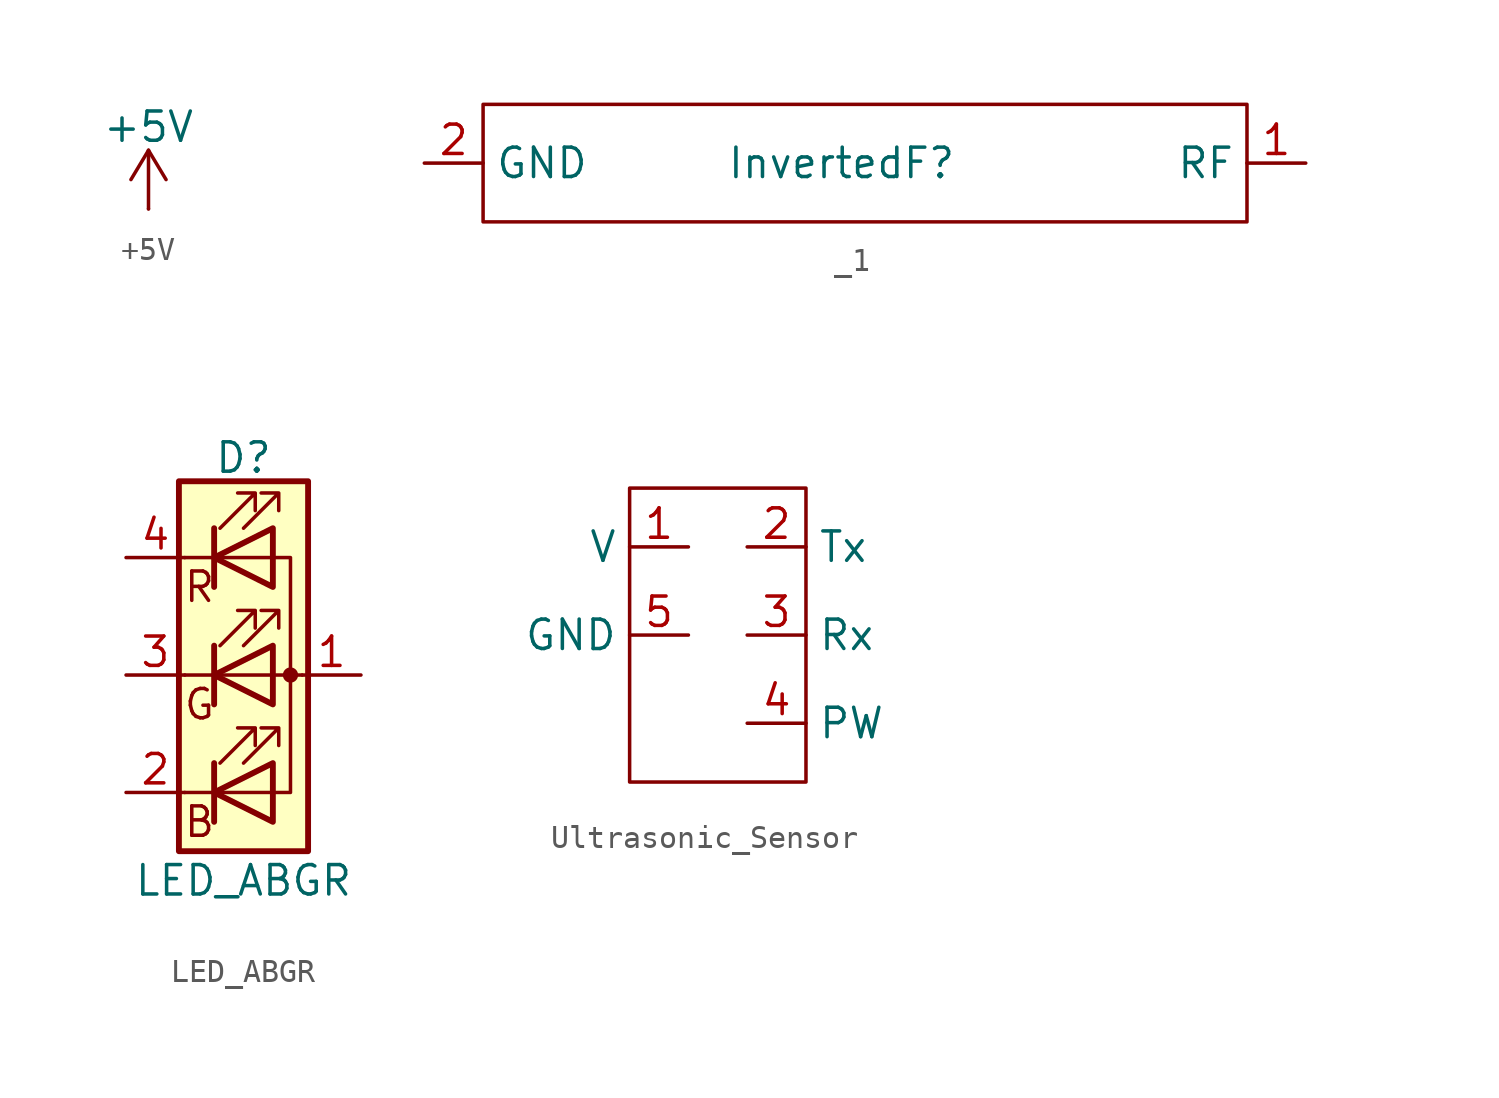
<source format=kicad_sym>
(kicad_symbol_lib
  (version 20241209)
  (generator "kicad_symbol_editor")
  (generator_version "9.0")
  (symbol "+5V"
    (power)
    (pin_numbers
      (hide yes))
    (pin_names
      (offset 0)
      (hide yes))
    (property "Reference" "#PWR"
      (at 0 -3.81 0)
      (effects (font (size 1.27 1.27)) (hide yes)))
    (property "Value" "+5V"
      (at 0 3.556 0)
      (effects (font (size 1.27 1.27))))
    (symbol "+5V_0_1"
      (polyline (pts (xy -0.762 1.27) (xy 0 2.54)) (stroke (width 0) (type default)) (fill (type none)))
      (polyline (pts (xy 0 2.54) (xy 0.762 1.27)) (stroke (width 0) (type default)) (fill (type none)))
      (polyline (pts (xy 0 0) (xy 0 2.54)) (stroke (width 0) (type default)) (fill (type none))))
    (symbol "+5V_1_1"
      (pin power_in line (at 0 0 90) (length 0) (name "~" (effects (font (size 1.27 1.27)))) (number "1" (effects (font (size 1.27 1.27)))))))
  (symbol "_1"
    (property "Reference" "InvertedF"
      (at 19.304 2.54 0)
      (effects (font (size 1.27 1.27))))
    (property "Value" ""
      (at 0 0 0)
      (effects (font (size 1.27 1.27))))
    (symbol "_1_0_1"
      (rectangle (start 3.81 5.08) (end 36.83 0) (stroke (width 0) (type default)) (fill (type none))))
    (symbol "_1_1_1"
      (pin output line (at 1.27 2.54 0) (length 2.54) (name "GND" (effects (font (size 1.27 1.27)))) (number "2" (effects (font (size 1.27 1.27)))))
      (pin passive line (at 39.37 2.54 180) (length 2.54) (name "RF" (effects (font (size 1.27 1.27)))) (number "1" (effects (font (size 1.27 1.27)))))))
  (symbol "LED_ABGR"
    (pin_names
      (offset 0)
      (hide yes))
    (property "Reference" "D"
      (at 0 9.398 0)
      (effects (font (size 1.27 1.27))))
    (property "Value" "LED_ABGR"
      (at 0 -8.89 0)
      (effects (font (size 1.27 1.27))))
    (symbol "LED_ABGR_0_0"
      (text "R" (at -1.905 3.81 0) (effects (font (size 1.27 1.27))))
      (text "G" (at -1.905 -1.27 0) (effects (font (size 1.27 1.27))))
      (text "B" (at -1.905 -6.35 0) (effects (font (size 1.27 1.27)))))
    (symbol "LED_ABGR_0_1"
      (polyline (pts (xy -1.27 6.35) (xy -1.27 3.81)) (stroke (width 0.254) (type default)) (fill (type none)))
      (polyline (pts (xy -1.27 6.35) (xy -1.27 3.81) (xy -1.27 3.81)) (stroke (width 0) (type default)) (fill (type none)))
      (polyline (pts (xy -1.27 5.08) (xy -2.54 5.08)) (stroke (width 0) (type default)) (fill (type none)))
      (polyline (pts (xy -1.27 5.08) (xy 1.27 5.08)) (stroke (width 0) (type default)) (fill (type none)))
      (polyline (pts (xy -1.27 1.27) (xy -1.27 -1.27)) (stroke (width 0.254) (type default)) (fill (type none)))
      (polyline (pts (xy -1.27 1.27) (xy -1.27 -1.27) (xy -1.27 -1.27)) (stroke (width 0) (type default)) (fill (type none)))
      (polyline (pts (xy -1.27 0) (xy -2.54 0)) (stroke (width 0) (type default)) (fill (type none)))
      (polyline (pts (xy -1.27 -3.81) (xy -1.27 -6.35)) (stroke (width 0.254) (type default)) (fill (type none)))
      (polyline (pts (xy -1.27 -5.08) (xy -2.54 -5.08)) (stroke (width 0) (type default)) (fill (type none)))
      (polyline (pts (xy -1.27 -5.08) (xy 1.27 -5.08)) (stroke (width 0) (type default)) (fill (type none)))
      (polyline (pts (xy -1.016 6.35) (xy 0.508 7.874) (xy -0.254 7.874) (xy 0.508 7.874) (xy 0.508 7.112)) (stroke (width 0) (type default)) (fill (type none)))
      (polyline (pts (xy -1.016 1.27) (xy 0.508 2.794) (xy -0.254 2.794) (xy 0.508 2.794) (xy 0.508 2.032)) (stroke (width 0) (type default)) (fill (type none)))
      (polyline (pts (xy -1.016 -3.81) (xy 0.508 -2.286) (xy -0.254 -2.286) (xy 0.508 -2.286) (xy 0.508 -3.048)) (stroke (width 0) (type default)) (fill (type none)))
      (polyline (pts (xy 0 6.35) (xy 1.524 7.874) (xy 0.762 7.874) (xy 1.524 7.874) (xy 1.524 7.112)) (stroke (width 0) (type default)) (fill (type none)))
      (polyline (pts (xy 0 1.27) (xy 1.524 2.794) (xy 0.762 2.794) (xy 1.524 2.794) (xy 1.524 2.032)) (stroke (width 0) (type default)) (fill (type none)))
      (polyline (pts (xy 0 -3.81) (xy 1.524 -2.286) (xy 0.762 -2.286) (xy 1.524 -2.286) (xy 1.524 -3.048)) (stroke (width 0) (type default)) (fill (type none)))
      (polyline (pts (xy 1.27 6.35) (xy 1.27 3.81) (xy -1.27 5.08) (xy 1.27 6.35)) (stroke (width 0.254) (type default)) (fill (type none)))
      (rectangle (start 1.27 6.35) (end 1.27 6.35) (stroke (width 0) (type default)) (fill (type none)))
      (rectangle (start 1.27 3.81) (end 1.27 6.35) (stroke (width 0) (type default)) (fill (type none)))
      (polyline (pts (xy 1.27 1.27) (xy 1.27 -1.27) (xy -1.27 0) (xy 1.27 1.27)) (stroke (width 0.254) (type default)) (fill (type none)))
      (rectangle (start 1.27 1.27) (end 1.27 1.27) (stroke (width 0) (type default)) (fill (type none)))
      (polyline (pts (xy 1.27 0) (xy -1.27 0)) (stroke (width 0) (type default)) (fill (type none)))
      (polyline (pts (xy 1.27 0) (xy 2.54 0)) (stroke (width 0) (type default)) (fill (type none)))
      (rectangle (start 1.27 -1.27) (end 1.27 1.27) (stroke (width 0) (type default)) (fill (type none)))
      (polyline (pts (xy 1.27 -3.81) (xy 1.27 -6.35) (xy -1.27 -5.08) (xy 1.27 -3.81)) (stroke (width 0.254) (type default)) (fill (type none)))
      (polyline (pts (xy 1.27 -5.08) (xy 2.032 -5.08) (xy 2.032 5.08) (xy 1.27 5.08)) (stroke (width 0) (type default)) (fill (type none)))
      (circle (center 2.032 0) (radius 0.254) (stroke (width 0) (type default)) (fill (type outline)))
      (rectangle (start 2.794 8.382) (end -2.794 -7.62) (stroke (width 0.254) (type default)) (fill (type background))))
    (symbol "LED_ABGR_1_1"
      (pin passive line (at -5.08 5.08 0) (length 2.54) (name "RK" (effects (font (size 1.27 1.27)))) (number "4" (effects (font (size 1.27 1.27)))))
      (pin passive line (at -5.08 0 0) (length 2.54) (name "GK" (effects (font (size 1.27 1.27)))) (number "3" (effects (font (size 1.27 1.27)))))
      (pin passive line (at -5.08 -5.08 0) (length 2.54) (name "BK" (effects (font (size 1.27 1.27)))) (number "2" (effects (font (size 1.27 1.27)))))
      (pin passive line (at 5.08 0 180) (length 2.54) (name "A" (effects (font (size 1.27 1.27)))) (number "1" (effects (font (size 1.27 1.27)))))))
  (symbol "Ultrasonic_Sensor"
    (property "Reference" "U"
      (at 0 0 0)
      (effects (font (size 1.27 1.27)) (hide yes)))
    (property "Value" ""
      (at 0 0 0)
      (effects (font (size 1.27 1.27))))
    (property "ki_locked" ""
      (at 0 0 0)
      (effects (font (size 1.27 1.27))))
    (symbol "Ultrasonic_Sensor_1_1"
      (rectangle (start -2.54 -2.54) (end 5.08 -15.24) (stroke (width 0) (type default)) (fill (type none)))
      (pin input line (at 0 -5.08 180) (length 2.54) (name "V" (effects (font (size 1.27 1.27)))) (number "1" (effects (font (size 1.27 1.27)))))
      (pin output line (at 0 -8.89 180) (length 2.54) (name "GND" (effects (font (size 1.27 1.27)))) (number "5" (effects (font (size 1.27 1.27)))))
      (pin output line (at 2.54 -5.08 0) (length 2.54) (name "Tx" (effects (font (size 1.27 1.27)))) (number "2" (effects (font (size 1.27 1.27)))))
      (pin input line (at 2.54 -8.89 0) (length 2.54) (name "Rx" (effects (font (size 1.27 1.27)))) (number "3" (effects (font (size 1.27 1.27)))))
      (pin output line (at 2.54 -12.7 0) (length 2.54) (name "PW" (effects (font (size 1.27 1.27)))) (number "4" (effects (font (size 1.27 1.27))))))))
</source>
